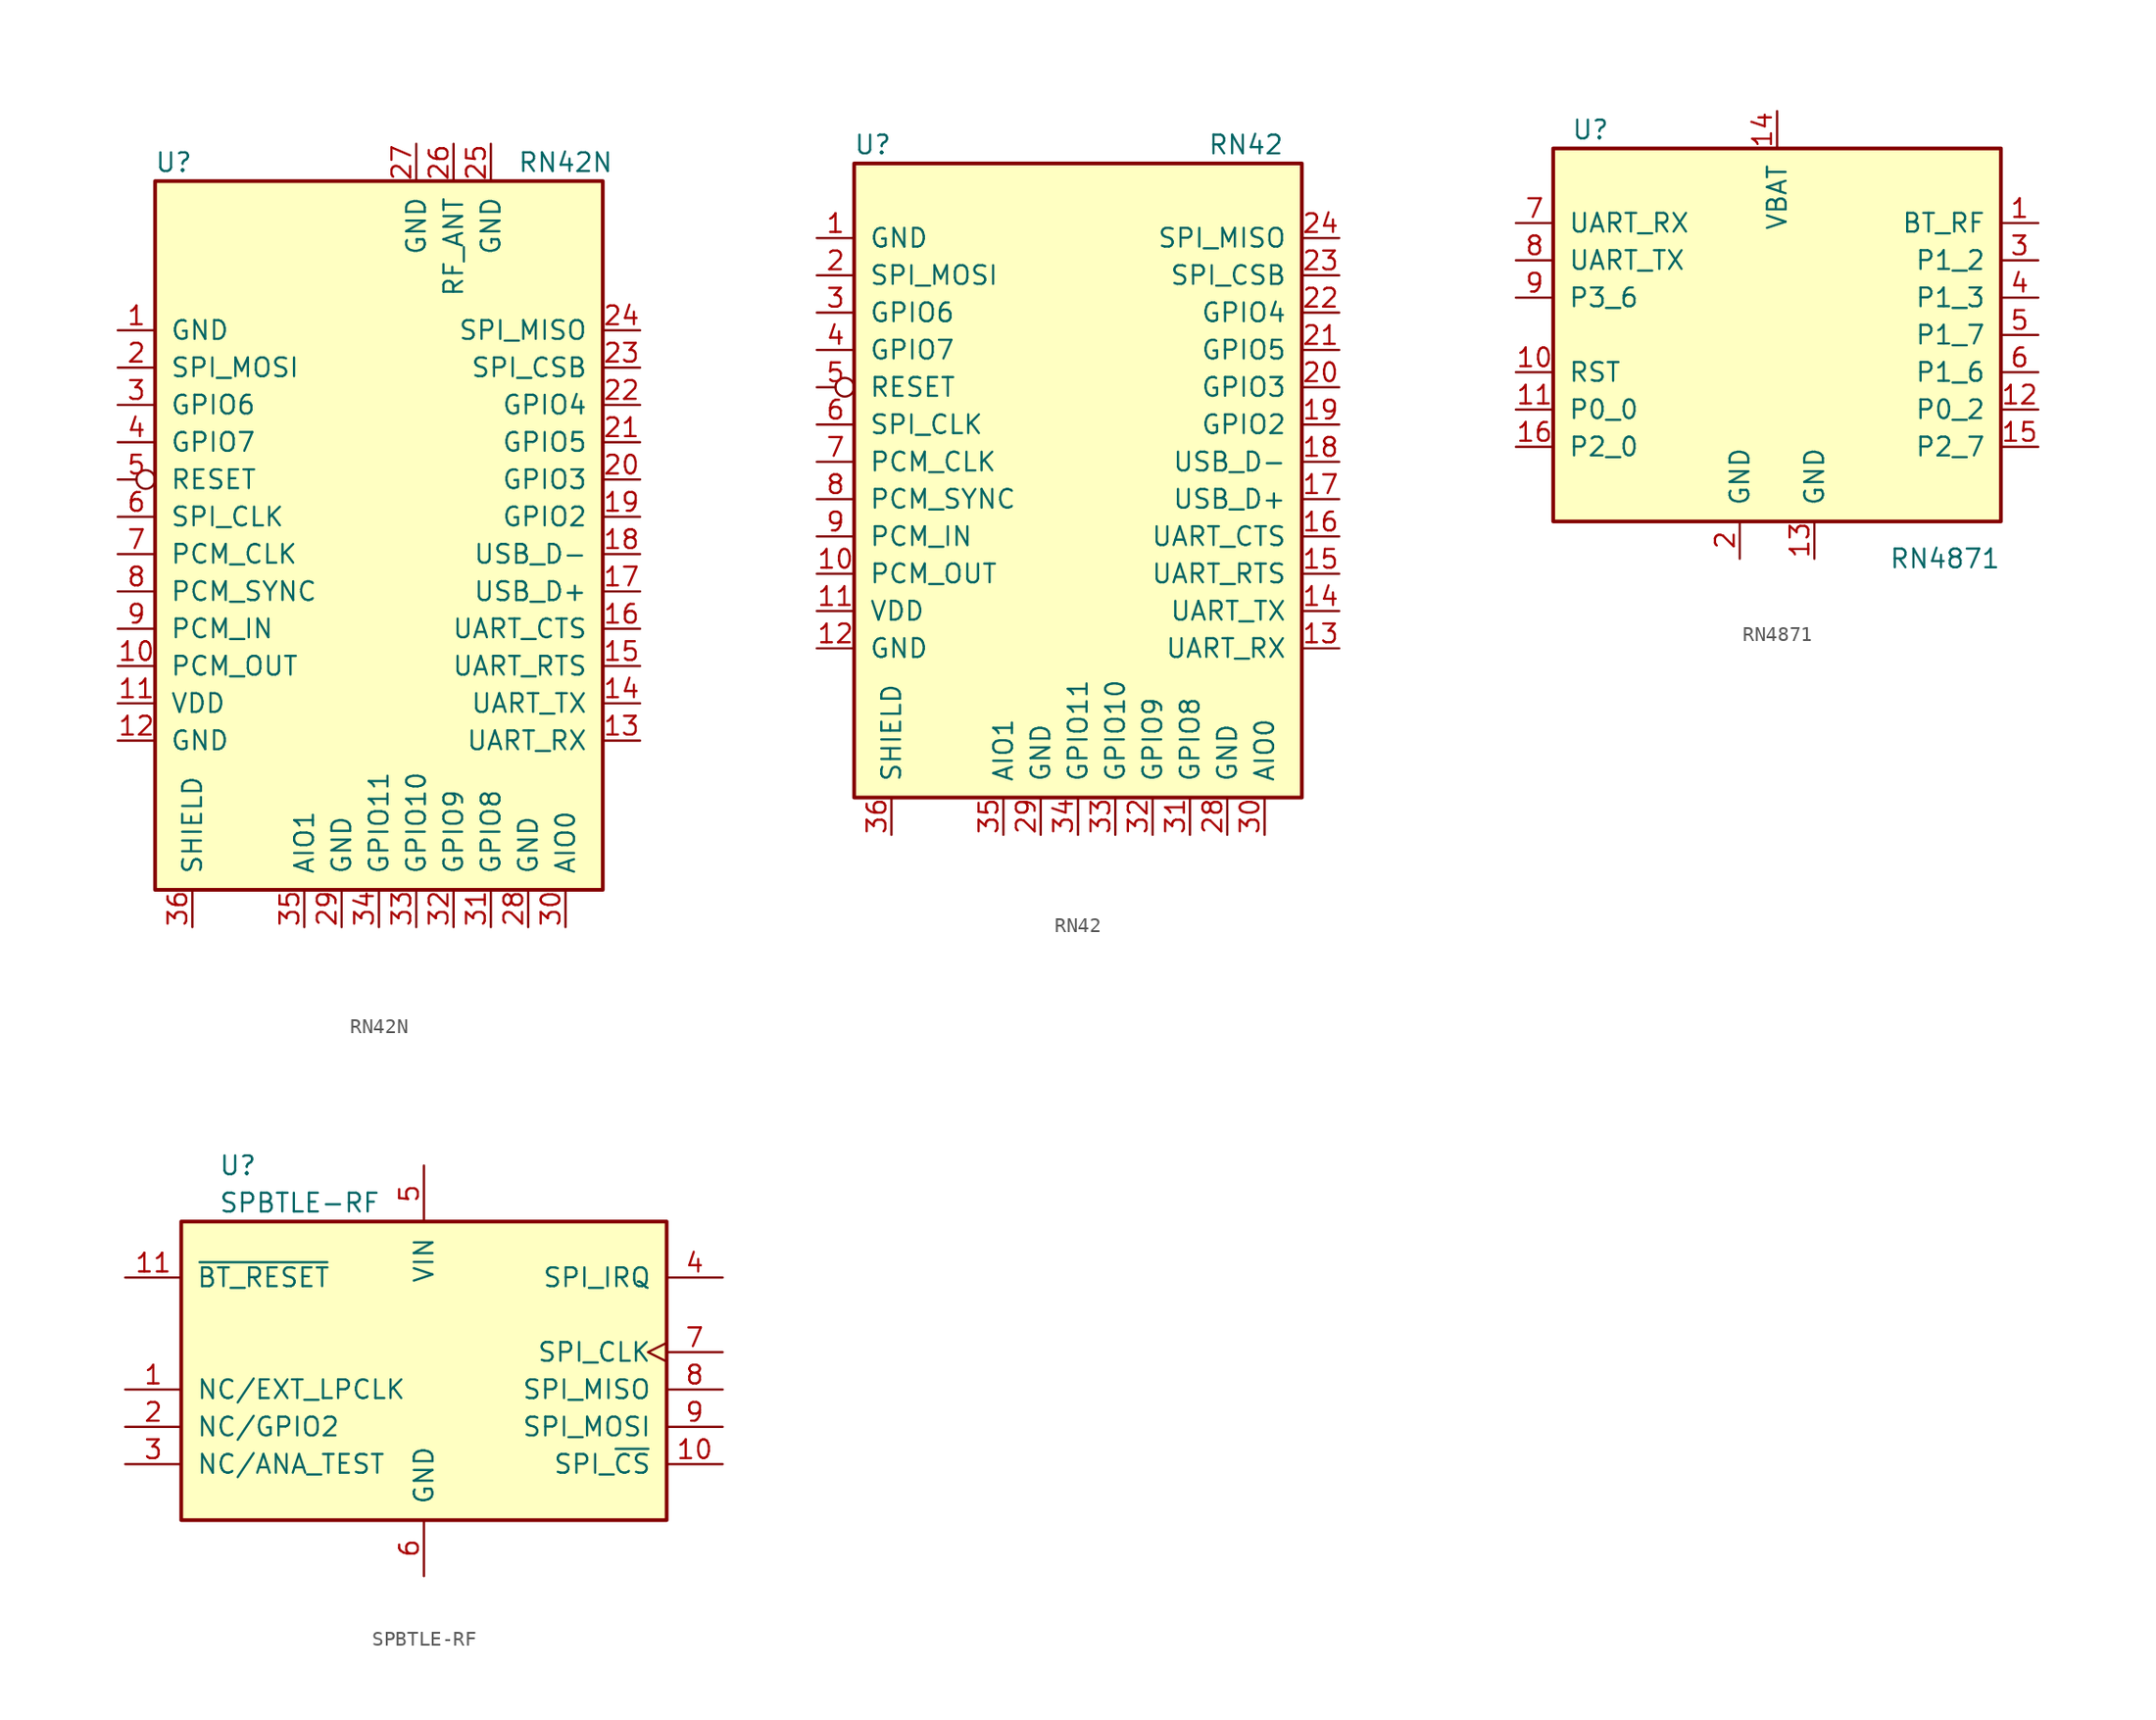
<source format=kicad_sym>
(kicad_symbol_lib
  (version 20201005)
  (generator kicad_symbol_editor)
  (symbol "RN42N"
    (pin_names
      (offset 1.016))
    (property "Reference" "U"
      (at -13.97 26.67 0)
      (effects (font (size 1.27 1.27))))
    (property "Value" "RN42N"
      (at 12.7 26.67 0)
      (effects (font (size 1.27 1.27))))
    (symbol "RN42N_0_1"
      (rectangle (start -15.24 25.4) (end 15.24 -22.86) (stroke (width 0.254)) (fill (type background))))
    (symbol "RN42N_1_1"
      (pin power_in line (at -17.78 15.24 0) (length 2.54) (name "GND" (effects (font (size 1.27 1.27)))) (number "1" (effects (font (size 1.27 1.27)))))
      (pin output line (at -17.78 -7.62 0) (length 2.54) (name "PCM_OUT" (effects (font (size 1.27 1.27)))) (number "10" (effects (font (size 1.27 1.27)))))
      (pin power_in line (at -17.78 -10.16 0) (length 2.54) (name "VDD" (effects (font (size 1.27 1.27)))) (number "11" (effects (font (size 1.27 1.27)))))
      (pin power_in line (at -17.78 -12.7 0) (length 2.54) (name "GND" (effects (font (size 1.27 1.27)))) (number "12" (effects (font (size 1.27 1.27)))))
      (pin input line (at 17.78 -12.7 180) (length 2.54) (name "UART_RX" (effects (font (size 1.27 1.27)))) (number "13" (effects (font (size 1.27 1.27)))))
      (pin output line (at 17.78 -10.16 180) (length 2.54) (name "UART_TX" (effects (font (size 1.27 1.27)))) (number "14" (effects (font (size 1.27 1.27)))))
      (pin output line (at 17.78 -7.62 180) (length 2.54) (name "UART_RTS" (effects (font (size 1.27 1.27)))) (number "15" (effects (font (size 1.27 1.27)))))
      (pin input line (at 17.78 -5.08 180) (length 2.54) (name "UART_CTS" (effects (font (size 1.27 1.27)))) (number "16" (effects (font (size 1.27 1.27)))))
      (pin bidirectional line (at 17.78 -2.54 180) (length 2.54) (name "USB_D+" (effects (font (size 1.27 1.27)))) (number "17" (effects (font (size 1.27 1.27)))))
      (pin bidirectional line (at 17.78 0 180) (length 2.54) (name "USB_D-" (effects (font (size 1.27 1.27)))) (number "18" (effects (font (size 1.27 1.27)))))
      (pin bidirectional line (at 17.78 2.54 180) (length 2.54) (name "GPIO2" (effects (font (size 1.27 1.27)))) (number "19" (effects (font (size 1.27 1.27)))))
      (pin input line (at -17.78 12.7 0) (length 2.54) (name "SPI_MOSI" (effects (font (size 1.27 1.27)))) (number "2" (effects (font (size 1.27 1.27)))))
      (pin input line (at 17.78 5.08 180) (length 2.54) (name "GPIO3" (effects (font (size 1.27 1.27)))) (number "20" (effects (font (size 1.27 1.27)))))
      (pin bidirectional line (at 17.78 7.62 180) (length 2.54) (name "GPIO5" (effects (font (size 1.27 1.27)))) (number "21" (effects (font (size 1.27 1.27)))))
      (pin bidirectional line (at 17.78 10.16 180) (length 2.54) (name "GPIO4" (effects (font (size 1.27 1.27)))) (number "22" (effects (font (size 1.27 1.27)))))
      (pin input line (at 17.78 12.7 180) (length 2.54) (name "SPI_CSB" (effects (font (size 1.27 1.27)))) (number "23" (effects (font (size 1.27 1.27)))))
      (pin output line (at 17.78 15.24 180) (length 2.54) (name "SPI_MISO" (effects (font (size 1.27 1.27)))) (number "24" (effects (font (size 1.27 1.27)))))
      (pin power_in line (at 7.62 27.94 270) (length 2.54) (name "GND" (effects (font (size 1.27 1.27)))) (number "25" (effects (font (size 1.27 1.27)))))
      (pin bidirectional line (at 5.08 27.94 270) (length 2.54) (name "RF_ANT" (effects (font (size 1.27 1.27)))) (number "26" (effects (font (size 1.27 1.27)))))
      (pin power_in line (at 2.54 27.94 270) (length 2.54) (name "GND" (effects (font (size 1.27 1.27)))) (number "27" (effects (font (size 1.27 1.27)))))
      (pin power_in line (at 10.16 -25.4 90) (length 2.54) (name "GND" (effects (font (size 1.27 1.27)))) (number "28" (effects (font (size 1.27 1.27)))))
      (pin power_in line (at -2.54 -25.4 90) (length 2.54) (name "GND" (effects (font (size 1.27 1.27)))) (number "29" (effects (font (size 1.27 1.27)))))
      (pin input line (at -17.78 10.16 0) (length 2.54) (name "GPIO6" (effects (font (size 1.27 1.27)))) (number "3" (effects (font (size 1.27 1.27)))))
      (pin input line (at 12.7 -25.4 90) (length 2.54) (name "AIO0" (effects (font (size 1.27 1.27)))) (number "30" (effects (font (size 1.27 1.27)))))
      (pin output line (at 7.62 -25.4 90) (length 2.54) (name "GPIO8" (effects (font (size 1.27 1.27)))) (number "31" (effects (font (size 1.27 1.27)))))
      (pin bidirectional line (at 5.08 -25.4 90) (length 2.54) (name "GPIO9" (effects (font (size 1.27 1.27)))) (number "32" (effects (font (size 1.27 1.27)))))
      (pin bidirectional line (at 2.54 -25.4 90) (length 2.54) (name "GPIO10" (effects (font (size 1.27 1.27)))) (number "33" (effects (font (size 1.27 1.27)))))
      (pin bidirectional line (at 0 -25.4 90) (length 2.54) (name "GPIO11" (effects (font (size 1.27 1.27)))) (number "34" (effects (font (size 1.27 1.27)))))
      (pin input line (at -5.08 -25.4 90) (length 2.54) (name "AIO1" (effects (font (size 1.27 1.27)))) (number "35" (effects (font (size 1.27 1.27)))))
      (pin input line (at -12.7 -25.4 90) (length 2.54) (name "SHIELD" (effects (font (size 1.27 1.27)))) (number "36" (effects (font (size 1.27 1.27)))))
      (pin bidirectional line (at -17.78 7.62 0) (length 2.54) (name "GPIO7" (effects (font (size 1.27 1.27)))) (number "4" (effects (font (size 1.27 1.27)))))
      (pin input inverted (at -17.78 5.08 0) (length 2.54) (name "RESET" (effects (font (size 1.27 1.27)))) (number "5" (effects (font (size 1.27 1.27)))))
      (pin input line (at -17.78 2.54 0) (length 2.54) (name "SPI_CLK" (effects (font (size 1.27 1.27)))) (number "6" (effects (font (size 1.27 1.27)))))
      (pin bidirectional line (at -17.78 0 0) (length 2.54) (name "PCM_CLK" (effects (font (size 1.27 1.27)))) (number "7" (effects (font (size 1.27 1.27)))))
      (pin bidirectional line (at -17.78 -2.54 0) (length 2.54) (name "PCM_SYNC" (effects (font (size 1.27 1.27)))) (number "8" (effects (font (size 1.27 1.27)))))
      (pin input line (at -17.78 -5.08 0) (length 2.54) (name "PCM_IN" (effects (font (size 1.27 1.27)))) (number "9" (effects (font (size 1.27 1.27)))))))
  (symbol "RN42"
    (pin_names
      (offset 1.016))
    (property "Reference" "U"
      (at -13.97 24.13 0)
      (effects (font (size 1.27 1.27))))
    (property "Value" "RN42"
      (at 11.43 24.13 0)
      (effects (font (size 1.27 1.27))))
    (symbol "RN42_0_1"
      (rectangle (start -15.24 22.86) (end 15.24 -20.32) (stroke (width 0.254)) (fill (type background))))
    (symbol "RN42_1_1"
      (pin power_in line (at -17.78 17.78 0) (length 2.54) (name "GND" (effects (font (size 1.27 1.27)))) (number "1" (effects (font (size 1.27 1.27)))))
      (pin output line (at -17.78 -5.08 0) (length 2.54) (name "PCM_OUT" (effects (font (size 1.27 1.27)))) (number "10" (effects (font (size 1.27 1.27)))))
      (pin power_in line (at -17.78 -7.62 0) (length 2.54) (name "VDD" (effects (font (size 1.27 1.27)))) (number "11" (effects (font (size 1.27 1.27)))))
      (pin power_in line (at -17.78 -10.16 0) (length 2.54) (name "GND" (effects (font (size 1.27 1.27)))) (number "12" (effects (font (size 1.27 1.27)))))
      (pin input line (at 17.78 -10.16 180) (length 2.54) (name "UART_RX" (effects (font (size 1.27 1.27)))) (number "13" (effects (font (size 1.27 1.27)))))
      (pin output line (at 17.78 -7.62 180) (length 2.54) (name "UART_TX" (effects (font (size 1.27 1.27)))) (number "14" (effects (font (size 1.27 1.27)))))
      (pin output line (at 17.78 -5.08 180) (length 2.54) (name "UART_RTS" (effects (font (size 1.27 1.27)))) (number "15" (effects (font (size 1.27 1.27)))))
      (pin input line (at 17.78 -2.54 180) (length 2.54) (name "UART_CTS" (effects (font (size 1.27 1.27)))) (number "16" (effects (font (size 1.27 1.27)))))
      (pin bidirectional line (at 17.78 0 180) (length 2.54) (name "USB_D+" (effects (font (size 1.27 1.27)))) (number "17" (effects (font (size 1.27 1.27)))))
      (pin bidirectional line (at 17.78 2.54 180) (length 2.54) (name "USB_D-" (effects (font (size 1.27 1.27)))) (number "18" (effects (font (size 1.27 1.27)))))
      (pin bidirectional line (at 17.78 5.08 180) (length 2.54) (name "GPIO2" (effects (font (size 1.27 1.27)))) (number "19" (effects (font (size 1.27 1.27)))))
      (pin input line (at -17.78 15.24 0) (length 2.54) (name "SPI_MOSI" (effects (font (size 1.27 1.27)))) (number "2" (effects (font (size 1.27 1.27)))))
      (pin input line (at 17.78 7.62 180) (length 2.54) (name "GPIO3" (effects (font (size 1.27 1.27)))) (number "20" (effects (font (size 1.27 1.27)))))
      (pin bidirectional line (at 17.78 10.16 180) (length 2.54) (name "GPIO5" (effects (font (size 1.27 1.27)))) (number "21" (effects (font (size 1.27 1.27)))))
      (pin bidirectional line (at 17.78 12.7 180) (length 2.54) (name "GPIO4" (effects (font (size 1.27 1.27)))) (number "22" (effects (font (size 1.27 1.27)))))
      (pin input line (at 17.78 15.24 180) (length 2.54) (name "SPI_CSB" (effects (font (size 1.27 1.27)))) (number "23" (effects (font (size 1.27 1.27)))))
      (pin output line (at 17.78 17.78 180) (length 2.54) (name "SPI_MISO" (effects (font (size 1.27 1.27)))) (number "24" (effects (font (size 1.27 1.27)))))
      (pin power_in line (at 10.16 -22.86 90) (length 2.54) (name "GND" (effects (font (size 1.27 1.27)))) (number "28" (effects (font (size 1.27 1.27)))))
      (pin power_in line (at -2.54 -22.86 90) (length 2.54) (name "GND" (effects (font (size 1.27 1.27)))) (number "29" (effects (font (size 1.27 1.27)))))
      (pin input line (at -17.78 12.7 0) (length 2.54) (name "GPIO6" (effects (font (size 1.27 1.27)))) (number "3" (effects (font (size 1.27 1.27)))))
      (pin input line (at 12.7 -22.86 90) (length 2.54) (name "AIO0" (effects (font (size 1.27 1.27)))) (number "30" (effects (font (size 1.27 1.27)))))
      (pin output line (at 7.62 -22.86 90) (length 2.54) (name "GPIO8" (effects (font (size 1.27 1.27)))) (number "31" (effects (font (size 1.27 1.27)))))
      (pin bidirectional line (at 5.08 -22.86 90) (length 2.54) (name "GPIO9" (effects (font (size 1.27 1.27)))) (number "32" (effects (font (size 1.27 1.27)))))
      (pin bidirectional line (at 2.54 -22.86 90) (length 2.54) (name "GPIO10" (effects (font (size 1.27 1.27)))) (number "33" (effects (font (size 1.27 1.27)))))
      (pin bidirectional line (at 0 -22.86 90) (length 2.54) (name "GPIO11" (effects (font (size 1.27 1.27)))) (number "34" (effects (font (size 1.27 1.27)))))
      (pin input line (at -5.08 -22.86 90) (length 2.54) (name "AIO1" (effects (font (size 1.27 1.27)))) (number "35" (effects (font (size 1.27 1.27)))))
      (pin input line (at -12.7 -22.86 90) (length 2.54) (name "SHIELD" (effects (font (size 1.27 1.27)))) (number "36" (effects (font (size 1.27 1.27)))))
      (pin bidirectional line (at -17.78 10.16 0) (length 2.54) (name "GPIO7" (effects (font (size 1.27 1.27)))) (number "4" (effects (font (size 1.27 1.27)))))
      (pin input inverted (at -17.78 7.62 0) (length 2.54) (name "RESET" (effects (font (size 1.27 1.27)))) (number "5" (effects (font (size 1.27 1.27)))))
      (pin input line (at -17.78 5.08 0) (length 2.54) (name "SPI_CLK" (effects (font (size 1.27 1.27)))) (number "6" (effects (font (size 1.27 1.27)))))
      (pin bidirectional line (at -17.78 2.54 0) (length 2.54) (name "PCM_CLK" (effects (font (size 1.27 1.27)))) (number "7" (effects (font (size 1.27 1.27)))))
      (pin bidirectional line (at -17.78 0 0) (length 2.54) (name "PCM_SYNC" (effects (font (size 1.27 1.27)))) (number "8" (effects (font (size 1.27 1.27)))))
      (pin input line (at -17.78 -2.54 0) (length 2.54) (name "PCM_IN" (effects (font (size 1.27 1.27)))) (number "9" (effects (font (size 1.27 1.27)))))))
  (symbol "RN4871"
    (pin_names
      (offset 1.016))
    (property "Reference" "U"
      (at -12.7 13.97 0)
      (effects (font (size 1.27 1.27))))
    (property "Value" "RN4871"
      (at 11.43 -15.24 0)
      (effects (font (size 1.27 1.27))))
    (symbol "RN4871_0_1"
      (rectangle (start -15.24 12.7) (end 15.24 -12.7) (stroke (width 0.254)) (fill (type background))))
    (symbol "RN4871_1_1"
      (pin output line (at 17.78 7.62 180) (length 2.54) (name "BT_RF" (effects (font (size 1.27 1.27)))) (number "1" (effects (font (size 1.27 1.27)))))
      (pin input line (at -17.78 -2.54 0) (length 2.54) (name "RST" (effects (font (size 1.27 1.27)))) (number "10" (effects (font (size 1.27 1.27)))))
      (pin bidirectional line (at -17.78 -5.08 0) (length 2.54) (name "P0_0" (effects (font (size 1.27 1.27)))) (number "11" (effects (font (size 1.27 1.27)))))
      (pin bidirectional line (at 17.78 -5.08 180) (length 2.54) (name "P0_2" (effects (font (size 1.27 1.27)))) (number "12" (effects (font (size 1.27 1.27)))))
      (pin power_in line (at 2.54 -15.24 90) (length 2.54) (name "GND" (effects (font (size 1.27 1.27)))) (number "13" (effects (font (size 1.27 1.27)))))
      (pin power_in line (at 0 15.24 270) (length 2.54) (name "VBAT" (effects (font (size 1.27 1.27)))) (number "14" (effects (font (size 1.27 1.27)))))
      (pin bidirectional line (at 17.78 -7.62 180) (length 2.54) (name "P2_7" (effects (font (size 1.27 1.27)))) (number "15" (effects (font (size 1.27 1.27)))))
      (pin input line (at -17.78 -7.62 0) (length 2.54) (name "P2_0" (effects (font (size 1.27 1.27)))) (number "16" (effects (font (size 1.27 1.27)))))
      (pin power_in line (at -2.54 -15.24 90) (length 2.54) (name "GND" (effects (font (size 1.27 1.27)))) (number "2" (effects (font (size 1.27 1.27)))))
      (pin bidirectional line (at 17.78 5.08 180) (length 2.54) (name "P1_2" (effects (font (size 1.27 1.27)))) (number "3" (effects (font (size 1.27 1.27)))))
      (pin bidirectional line (at 17.78 2.54 180) (length 2.54) (name "P1_3" (effects (font (size 1.27 1.27)))) (number "4" (effects (font (size 1.27 1.27)))))
      (pin bidirectional line (at 17.78 0 180) (length 2.54) (name "P1_7" (effects (font (size 1.27 1.27)))) (number "5" (effects (font (size 1.27 1.27)))))
      (pin bidirectional line (at 17.78 -2.54 180) (length 2.54) (name "P1_6" (effects (font (size 1.27 1.27)))) (number "6" (effects (font (size 1.27 1.27)))))
      (pin input line (at -17.78 7.62 0) (length 2.54) (name "UART_RX" (effects (font (size 1.27 1.27)))) (number "7" (effects (font (size 1.27 1.27)))))
      (pin output line (at -17.78 5.08 0) (length 2.54) (name "UART_TX" (effects (font (size 1.27 1.27)))) (number "8" (effects (font (size 1.27 1.27)))))
      (pin bidirectional line (at -17.78 2.54 0) (length 2.54) (name "P3_6" (effects (font (size 1.27 1.27)))) (number "9" (effects (font (size 1.27 1.27)))))))
  (symbol "SPBTLE-RF"
    (pin_names
      (offset 1.016))
    (property "Reference" "U"
      (at -13.97 12.7 0)
      (effects (font (size 1.27 1.27)) (justify left)))
    (property "Value" "SPBTLE-RF"
      (at -13.97 10.16 0)
      (effects (font (size 1.27 1.27)) (justify left)))
    (symbol "SPBTLE-RF_0_1"
      (rectangle (start -16.51 8.89) (end 16.51 -11.43) (stroke (width 0.254)) (fill (type background))))
    (symbol "SPBTLE-RF_1_1"
      (pin input line (at -20.32 -2.54 0) (length 3.81) (name "NC/EXT_LPCLK" (effects (font (size 1.27 1.27)))) (number "1" (effects (font (size 1.27 1.27)))))
      (pin input line (at 20.32 -7.62 180) (length 3.81) (name "SPI_~CS" (effects (font (size 1.27 1.27)))) (number "10" (effects (font (size 1.27 1.27)))))
      (pin input line (at -20.32 5.08 0) (length 3.81) (name "~BT_RESET" (effects (font (size 1.27 1.27)))) (number "11" (effects (font (size 1.27 1.27)))))
      (pin bidirectional line (at -20.32 -5.08 0) (length 3.81) (name "NC/GPIO2" (effects (font (size 1.27 1.27)))) (number "2" (effects (font (size 1.27 1.27)))))
      (pin input line (at -20.32 -7.62 0) (length 3.81) (name "NC/ANA_TEST" (effects (font (size 1.27 1.27)))) (number "3" (effects (font (size 1.27 1.27)))))
      (pin output line (at 20.32 5.08 180) (length 3.81) (name "SPI_IRQ" (effects (font (size 1.27 1.27)))) (number "4" (effects (font (size 1.27 1.27)))))
      (pin power_in line (at 0 12.7 270) (length 3.81) (name "VIN" (effects (font (size 1.27 1.27)))) (number "5" (effects (font (size 1.27 1.27)))))
      (pin power_in line (at 0 -15.24 90) (length 3.81) (name "GND" (effects (font (size 1.27 1.27)))) (number "6" (effects (font (size 1.27 1.27)))))
      (pin input clock (at 20.32 0 180) (length 3.81) (name "SPI_CLK" (effects (font (size 1.27 1.27)))) (number "7" (effects (font (size 1.27 1.27)))))
      (pin output line (at 20.32 -2.54 180) (length 3.81) (name "SPI_MISO" (effects (font (size 1.27 1.27)))) (number "8" (effects (font (size 1.27 1.27)))))
      (pin input line (at 20.32 -5.08 180) (length 3.81) (name "SPI_MOSI" (effects (font (size 1.27 1.27)))) (number "9" (effects (font (size 1.27 1.27))))))))
</source>
